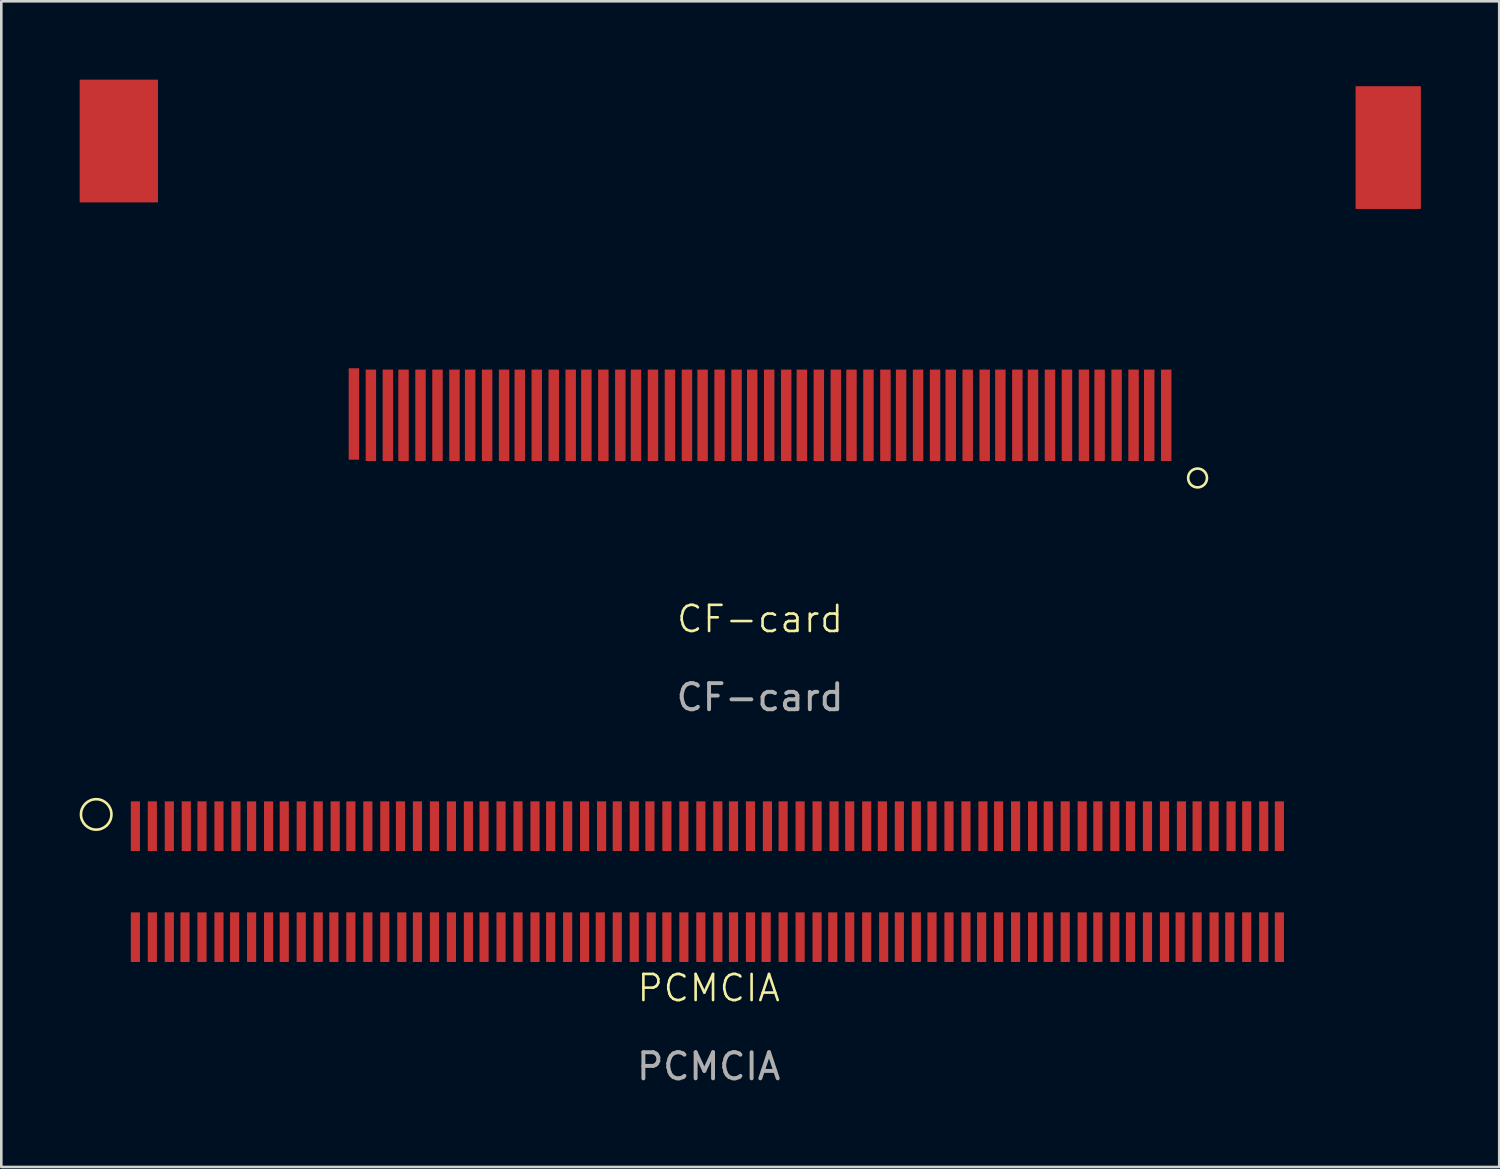
<source format=kicad_pcb>
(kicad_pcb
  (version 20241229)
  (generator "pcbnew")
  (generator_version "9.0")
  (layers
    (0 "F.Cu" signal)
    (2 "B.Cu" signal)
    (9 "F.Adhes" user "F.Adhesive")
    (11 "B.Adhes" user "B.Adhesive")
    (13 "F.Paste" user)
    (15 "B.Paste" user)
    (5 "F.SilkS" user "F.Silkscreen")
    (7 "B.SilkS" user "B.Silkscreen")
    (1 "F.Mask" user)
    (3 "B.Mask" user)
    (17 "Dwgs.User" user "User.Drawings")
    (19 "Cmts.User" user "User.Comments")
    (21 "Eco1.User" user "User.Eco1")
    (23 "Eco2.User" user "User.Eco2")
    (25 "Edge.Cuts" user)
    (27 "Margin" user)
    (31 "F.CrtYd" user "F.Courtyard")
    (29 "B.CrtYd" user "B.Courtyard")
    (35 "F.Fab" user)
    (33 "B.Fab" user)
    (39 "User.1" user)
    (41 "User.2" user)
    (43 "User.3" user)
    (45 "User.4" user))
  (footprint "PCMCIA"
    (layer "F.Cu")
    (at 24.083 30.581)
    (property "Reference" "PCMCIA" (at 0 4.2 0) (unlocked yes) (layer "F.SilkS") (effects (font (size 1 1) (thickness 0.1))))
    (attr smd)
    (fp_circle (center -23.45 -2.45) (end -22.95 -2.15) (stroke (width 0.1) (type default)) (fill no) (layer "F.SilkS"))
    (fp_text user "${REFERENCE}" (at 0 7.2 0) (unlocked yes) (layer "F.Fab") (effects (font (size 1 1) (thickness 0.15))))
    (pad "1" smd rect (at -21.95 -2 90) (size 1.9 0.35) (layers "F.Cu" "F.Mask" "F.Paste"))
    (pad "2" smd rect (at -21.3 -2 90) (size 1.9 0.35) (layers "F.Cu" "F.Mask" "F.Paste"))
    (pad "3" smd rect (at -20.65 -2 90) (size 1.9 0.35) (layers "F.Cu" "F.Mask" "F.Paste"))
    (pad "4" smd rect (at -20 -2 90) (size 1.9 0.35) (layers "F.Cu" "F.Mask" "F.Paste"))
    (pad "5" smd rect (at -19.4 -2 90) (size 1.9 0.35) (layers "F.Cu" "F.Mask" "F.Paste"))
    (pad "6" smd rect (at -18.75 -2 90) (size 1.9 0.35) (layers "F.Cu" "F.Mask" "F.Paste"))
    (pad "7" smd rect (at -18.1 -2 90) (size 1.9 0.35) (layers "F.Cu" "F.Mask" "F.Paste"))
    (pad "8" smd rect (at -17.5 -2 90) (size 1.9 0.35) (layers "F.Cu" "F.Mask" "F.Paste"))
    (pad "9" smd rect (at -16.85 -2 90) (size 1.9 0.35) (layers "F.Cu" "F.Mask" "F.Paste"))
    (pad "10" smd rect (at -16.25 -2 90) (size 1.9 0.35) (layers "F.Cu" "F.Mask" "F.Paste"))
    (pad "11" smd rect (at -15.6 -2 90) (size 1.9 0.35) (layers "F.Cu" "F.Mask" "F.Paste"))
    (pad "12" smd rect (at -14.95 -2 90) (size 1.9 0.35) (layers "F.Cu" "F.Mask" "F.Paste"))
    (pad "13" smd rect (at -14.3 -2 90) (size 1.9 0.35) (layers "F.Cu" "F.Mask" "F.Paste"))
    (pad "14" smd rect (at -13.7 -2 90) (size 1.9 0.35) (layers "F.Cu" "F.Mask" "F.Paste"))
    (pad "15" smd rect (at -13.05 -2 90) (size 1.9 0.35) (layers "F.Cu" "F.Mask" "F.Paste"))
    (pad "16" smd rect (at -12.4 -2 90) (size 1.9 0.35) (layers "F.Cu" "F.Mask" "F.Paste"))
    (pad "17" smd rect (at -11.8 -2 90) (size 1.9 0.35) (layers "F.Cu" "F.Mask" "F.Paste"))
    (pad "18" smd rect (at -11.15 -2 90) (size 1.9 0.35) (layers "F.Cu" "F.Mask" "F.Paste"))
    (pad "19" smd rect (at -10.5 -2 90) (size 1.9 0.35) (layers "F.Cu" "F.Mask" "F.Paste"))
    (pad "20" smd rect (at -9.85 -2 90) (size 1.9 0.35) (layers "F.Cu" "F.Mask" "F.Paste"))
    (pad "21" smd rect (at -9.2 -2 90) (size 1.9 0.35) (layers "F.Cu" "F.Mask" "F.Paste"))
    (pad "22" smd rect (at -8.6 -2 90) (size 1.9 0.35) (layers "F.Cu" "F.Mask" "F.Paste"))
    (pad "23" smd rect (at -7.95 -2 90) (size 1.9 0.35) (layers "F.Cu" "F.Mask" "F.Paste"))
    (pad "24" smd rect (at -7.3 -2 90) (size 1.9 0.35) (layers "F.Cu" "F.Mask" "F.Paste"))
    (pad "25" smd rect (at -6.65 -2 90) (size 1.9 0.35) (layers "F.Cu" "F.Mask" "F.Paste"))
    (pad "26" smd rect (at -6.05 -2 90) (size 1.9 0.35) (layers "F.Cu" "F.Mask" "F.Paste"))
    (pad "27" smd rect (at -5.4 -2 90) (size 1.9 0.35) (layers "F.Cu" "F.Mask" "F.Paste"))
    (pad "28" smd rect (at -4.75 -2 90) (size 1.9 0.35) (layers "F.Cu" "F.Mask" "F.Paste"))
    (pad "29" smd rect (at -4.1 -2 90) (size 1.9 0.35) (layers "F.Cu" "F.Mask" "F.Paste"))
    (pad "30" smd rect (at -3.5 -2 90) (size 1.9 0.35) (layers "F.Cu" "F.Mask" "F.Paste"))
    (pad "31" smd rect (at -2.85 -2 90) (size 1.9 0.35) (layers "F.Cu" "F.Mask" "F.Paste"))
    (pad "32" smd rect (at -2.25 -2 90) (size 1.9 0.35) (layers "F.Cu" "F.Mask" "F.Paste"))
    (pad "33" smd rect (at -1.6 -2 90) (size 1.9 0.35) (layers "F.Cu" "F.Mask" "F.Paste"))
    (pad "34" smd rect (at -0.95 -2 90) (size 1.9 0.35) (layers "F.Cu" "F.Mask" "F.Paste"))
    (pad "35" smd rect (at -0.3 -2 90) (size 1.9 0.35) (layers "F.Cu" "F.Mask" "F.Paste"))
    (pad "36" smd rect (at 0.35 -2 90) (size 1.9 0.35) (layers "F.Cu" "F.Mask" "F.Paste"))
    (pad "37" smd rect (at 0.95 -2 90) (size 1.9 0.35) (layers "F.Cu" "F.Mask" "F.Paste"))
    (pad "38" smd rect (at 1.6 -2 90) (size 1.9 0.35) (layers "F.Cu" "F.Mask" "F.Paste"))
    (pad "39" smd rect (at 2.25 -2 90) (size 1.9 0.35) (layers "F.Cu" "F.Mask" "F.Paste"))
    (pad "40" smd rect (at 2.85 -2 90) (size 1.9 0.35) (layers "F.Cu" "F.Mask" "F.Paste"))
    (pad "41" smd rect (at 3.5 -2 90) (size 1.9 0.35) (layers "F.Cu" "F.Mask" "F.Paste"))
    (pad "42" smd rect (at 4.15 -2 90) (size 1.9 0.35) (layers "F.Cu" "F.Mask" "F.Paste"))
    (pad "43" smd rect (at 4.8 -2 90) (size 1.9 0.35) (layers "F.Cu" "F.Mask" "F.Paste"))
    (pad "44" smd rect (at 5.4 -2 90) (size 1.9 0.35) (layers "F.Cu" "F.Mask" "F.Paste"))
    (pad "45" smd rect (at 6.05 -2 90) (size 1.9 0.35) (layers "F.Cu" "F.Mask" "F.Paste"))
    (pad "46" smd rect (at 6.65 -2 90) (size 1.9 0.35) (layers "F.Cu" "F.Mask" "F.Paste"))
    (pad "47" smd rect (at 7.3 -2 90) (size 1.9 0.35) (layers "F.Cu" "F.Mask" "F.Paste"))
    (pad "48" smd rect (at 7.95 -2 90) (size 1.9 0.35) (layers "F.Cu" "F.Mask" "F.Paste"))
    (pad "49" smd rect (at 8.55 -2 90) (size 1.9 0.35) (layers "F.Cu" "F.Mask" "F.Paste"))
    (pad "50" smd rect (at 9.2 -2 90) (size 1.9 0.35) (layers "F.Cu" "F.Mask" "F.Paste"))
    (pad "51" smd rect (at 9.85 -2 90) (size 1.9 0.35) (layers "F.Cu" "F.Mask" "F.Paste"))
    (pad "52" smd rect (at 10.5 -2 90) (size 1.9 0.35) (layers "F.Cu" "F.Mask" "F.Paste"))
    (pad "53" smd rect (at 11.1 -2 90) (size 1.9 0.35) (layers "F.Cu" "F.Mask" "F.Paste"))
    (pad "54" smd rect (at 11.75 -2 90) (size 1.9 0.35) (layers "F.Cu" "F.Mask" "F.Paste"))
    (pad "55" smd rect (at 12.4 -2 90) (size 1.9 0.35) (layers "F.Cu" "F.Mask" "F.Paste"))
    (pad "56" smd rect (at 13 -2 90) (size 1.9 0.35) (layers "F.Cu" "F.Mask" "F.Paste"))
    (pad "57" smd rect (at 13.65 -2 90) (size 1.9 0.35) (layers "F.Cu" "F.Mask" "F.Paste"))
    (pad "58" smd rect (at 14.3 -2 90) (size 1.9 0.35) (layers "F.Cu" "F.Mask" "F.Paste"))
    (pad "59" smd rect (at 14.9 -2 90) (size 1.9 0.35) (layers "F.Cu" "F.Mask" "F.Paste"))
    (pad "60" smd rect (at 15.55 -2 90) (size 1.9 0.35) (layers "F.Cu" "F.Mask" "F.Paste"))
    (pad "61" smd rect (at 16.15 -2 90) (size 1.9 0.35) (layers "F.Cu" "F.Mask" "F.Paste"))
    (pad "62" smd rect (at 16.8 -2 90) (size 1.9 0.35) (layers "F.Cu" "F.Mask" "F.Paste"))
    (pad "63" smd rect (at 17.45 -2 90) (size 1.9 0.35) (layers "F.Cu" "F.Mask" "F.Paste"))
    (pad "64" smd rect (at 18.1 -2 90) (size 1.9 0.35) (layers "F.Cu" "F.Mask" "F.Paste"))
    (pad "65" smd rect (at 18.7 -2 90) (size 1.9 0.35) (layers "F.Cu" "F.Mask" "F.Paste"))
    (pad "66" smd rect (at 19.35 -2 90) (size 1.9 0.35) (layers "F.Cu" "F.Mask" "F.Paste"))
    (pad "67" smd rect (at 20 -2 90) (size 1.9 0.35) (layers "F.Cu" "F.Mask" "F.Paste"))
    (pad "68" smd rect (at 20.6 -2 90) (size 1.9 0.35) (layers "F.Cu" "F.Mask" "F.Paste"))
    (pad "69" smd rect (at 21.25 -2 90) (size 1.9 0.35) (layers "F.Cu" "F.Mask" "F.Paste"))
    (pad "70" smd rect (at 21.85 -2 90) (size 1.9 0.35) (layers "F.Cu" "F.Mask" "F.Paste"))
    (pad "71" smd rect (at -21.95 2.25 90) (size 1.9 0.35) (layers "F.Cu" "F.Mask" "F.Paste"))
    (pad "72" smd rect (at -21.3 2.25 90) (size 1.9 0.35) (layers "F.Cu" "F.Mask" "F.Paste"))
    (pad "73" smd rect (at -20.65 2.25 90) (size 1.9 0.35) (layers "F.Cu" "F.Mask" "F.Paste"))
    (pad "74" smd rect (at -20.05 2.25 90) (size 1.9 0.35) (layers "F.Cu" "F.Mask" "F.Paste"))
    (pad "75" smd rect (at -19.4 2.25 90) (size 1.9 0.35) (layers "F.Cu" "F.Mask" "F.Paste"))
    (pad "76" smd rect (at -18.75 2.25 90) (size 1.9 0.35) (layers "F.Cu" "F.Mask" "F.Paste"))
    (pad "77" smd rect (at -18.15 2.25 90) (size 1.9 0.35) (layers "F.Cu" "F.Mask" "F.Paste"))
    (pad "78" smd rect (at -17.5 2.25 90) (size 1.9 0.35) (layers "F.Cu" "F.Mask" "F.Paste"))
    (pad "79" smd rect (at -16.85 2.25 90) (size 1.9 0.35) (layers "F.Cu" "F.Mask" "F.Paste"))
    (pad "80" smd rect (at -16.25 2.25 90) (size 1.9 0.35) (layers "F.Cu" "F.Mask" "F.Paste"))
    (pad "81" smd rect (at -15.6 2.25 90) (size 1.9 0.35) (layers "F.Cu" "F.Mask" "F.Paste"))
    (pad "82" smd rect (at -14.95 2.25 90) (size 1.9 0.35) (layers "F.Cu" "F.Mask" "F.Paste"))
    (pad "83" smd rect (at -14.35 2.25 90) (size 1.9 0.35) (layers "F.Cu" "F.Mask" "F.Paste"))
    (pad "84" smd rect (at -13.7 2.25 90) (size 1.9 0.35) (layers "F.Cu" "F.Mask" "F.Paste"))
    (pad "85" smd rect (at -13.05 2.25 90) (size 1.9 0.35) (layers "F.Cu" "F.Mask" "F.Paste"))
    (pad "86" smd rect (at -12.4 2.25 90) (size 1.9 0.35) (layers "F.Cu" "F.Mask" "F.Paste"))
    (pad "87" smd rect (at -11.75 2.25 90) (size 1.9 0.35) (layers "F.Cu" "F.Mask" "F.Paste"))
    (pad "88" smd rect (at -11.15 2.25 90) (size 1.9 0.35) (layers "F.Cu" "F.Mask" "F.Paste"))
    (pad "89" smd rect (at -10.5 2.25 90) (size 1.9 0.35) (layers "F.Cu" "F.Mask" "F.Paste"))
    (pad "90" smd rect (at -9.85 2.25 90) (size 1.9 0.35) (layers "F.Cu" "F.Mask" "F.Paste"))
    (pad "91" smd rect (at -9.2 2.25 90) (size 1.9 0.35) (layers "F.Cu" "F.Mask" "F.Paste"))
    (pad "92" smd rect (at -8.6 2.25 90) (size 1.9 0.35) (layers "F.Cu" "F.Mask" "F.Paste"))
    (pad "93" smd rect (at -7.95 2.25 90) (size 1.9 0.35) (layers "F.Cu" "F.Mask" "F.Paste"))
    (pad "94" smd rect (at -7.3 2.25 90) (size 1.9 0.35) (layers "F.Cu" "F.Mask" "F.Paste"))
    (pad "95" smd rect (at -6.65 2.25 90) (size 1.9 0.35) (layers "F.Cu" "F.Mask" "F.Paste"))
    (pad "96" smd rect (at -6.05 2.25 90) (size 1.9 0.35) (layers "F.Cu" "F.Mask" "F.Paste"))
    (pad "97" smd rect (at -5.4 2.25 90) (size 1.9 0.35) (layers "F.Cu" "F.Mask" "F.Paste"))
    (pad "98" smd rect (at -4.75 2.25 90) (size 1.9 0.35) (layers "F.Cu" "F.Mask" "F.Paste"))
    (pad "99" smd rect (at -4.15 2.25 90) (size 1.9 0.35) (layers "F.Cu" "F.Mask" "F.Paste"))
    (pad "100" smd rect (at -3.5 2.25 90) (size 1.9 0.35) (layers "F.Cu" "F.Mask" "F.Paste"))
    (pad "101" smd rect (at -2.85 2.25 90) (size 1.9 0.35) (layers "F.Cu" "F.Mask" "F.Paste"))
    (pad "102" smd rect (at -2.2 2.25 90) (size 1.9 0.35) (layers "F.Cu" "F.Mask" "F.Paste"))
    (pad "103" smd rect (at -1.6 2.25 90) (size 1.9 0.35) (layers "F.Cu" "F.Mask" "F.Paste"))
    (pad "104" smd rect (at -0.95 2.25 90) (size 1.9 0.35) (layers "F.Cu" "F.Mask" "F.Paste"))
    (pad "105" smd rect (at -0.3 2.25 90) (size 1.9 0.35) (layers "F.Cu" "F.Mask" "F.Paste"))
    (pad "106" smd rect (at 0.35 2.25 90) (size 1.9 0.35) (layers "F.Cu" "F.Mask" "F.Paste"))
    (pad "107" smd rect (at 0.95 2.25 90) (size 1.9 0.35) (layers "F.Cu" "F.Mask" "F.Paste"))
    (pad "108" smd rect (at 1.6 2.25 90) (size 1.9 0.35) (layers "F.Cu" "F.Mask" "F.Paste"))
    (pad "109" smd rect (at 2.2 2.25 90) (size 1.9 0.35) (layers "F.Cu" "F.Mask" "F.Paste"))
    (pad "110" smd rect (at 2.85 2.25 90) (size 1.9 0.35) (layers "F.Cu" "F.Mask" "F.Paste"))
    (pad "111" smd rect (at 3.5 2.25 90) (size 1.9 0.35) (layers "F.Cu" "F.Mask" "F.Paste"))
    (pad "112" smd rect (at 4.15 2.25 90) (size 1.9 0.35) (layers "F.Cu" "F.Mask" "F.Paste"))
    (pad "113" smd rect (at 4.75 2.25 90) (size 1.9 0.35) (layers "F.Cu" "F.Mask" "F.Paste"))
    (pad "114" smd rect (at 5.4 2.25 90) (size 1.9 0.35) (layers "F.Cu" "F.Mask" "F.Paste"))
    (pad "115" smd rect (at 6.05 2.25 90) (size 1.9 0.35) (layers "F.Cu" "F.Mask" "F.Paste"))
    (pad "116" smd rect (at 6.7 2.25 90) (size 1.9 0.35) (layers "F.Cu" "F.Mask" "F.Paste"))
    (pad "117" smd rect (at 7.3 2.25 90) (size 1.9 0.35) (layers "F.Cu" "F.Mask" "F.Paste"))
    (pad "118" smd rect (at 7.95 2.25 90) (size 1.9 0.35) (layers "F.Cu" "F.Mask" "F.Paste"))
    (pad "119" smd rect (at 8.55 2.25 90) (size 1.9 0.35) (layers "F.Cu" "F.Mask" "F.Paste"))
    (pad "120" smd rect (at 9.2 2.25 90) (size 1.9 0.35) (layers "F.Cu" "F.Mask" "F.Paste"))
    (pad "121" smd rect (at 9.85 2.25 90) (size 1.9 0.35) (layers "F.Cu" "F.Mask" "F.Paste"))
    (pad "122" smd rect (at 10.45 2.25 90) (size 1.9 0.35) (layers "F.Cu" "F.Mask" "F.Paste"))
    (pad "123" smd rect (at 11.1 2.25 90) (size 1.9 0.35) (layers "F.Cu" "F.Mask" "F.Paste"))
    (pad "124" smd rect (at 11.75 2.25 90) (size 1.9 0.35) (layers "F.Cu" "F.Mask" "F.Paste"))
    (pad "125" smd rect (at 12.4 2.25 90) (size 1.9 0.35) (layers "F.Cu" "F.Mask" "F.Paste"))
    (pad "126" smd rect (at 13 2.25 90) (size 1.9 0.35) (layers "F.Cu" "F.Mask" "F.Paste"))
    (pad "127" smd rect (at 13.65 2.25 90) (size 1.9 0.35) (layers "F.Cu" "F.Mask" "F.Paste"))
    (pad "128" smd rect (at 14.3 2.25 90) (size 1.9 0.35) (layers "F.Cu" "F.Mask" "F.Paste"))
    (pad "129" smd rect (at 14.9 2.25 90) (size 1.9 0.35) (layers "F.Cu" "F.Mask" "F.Paste"))
    (pad "130" smd rect (at 15.55 2.25 90) (size 1.9 0.35) (layers "F.Cu" "F.Mask" "F.Paste"))
    (pad "131" smd rect (at 16.15 2.25 90) (size 1.9 0.35) (layers "F.Cu" "F.Mask" "F.Paste"))
    (pad "132" smd rect (at 16.8 2.25 90) (size 1.9 0.35) (layers "F.Cu" "F.Mask" "F.Paste"))
    (pad "133" smd rect (at 17.45 2.25 90) (size 1.9 0.35) (layers "F.Cu" "F.Mask" "F.Paste"))
    (pad "134" smd rect (at 18.05 2.25 90) (size 1.9 0.35) (layers "F.Cu" "F.Mask" "F.Paste"))
    (pad "135" smd rect (at 18.7 2.25 90) (size 1.9 0.35) (layers "F.Cu" "F.Mask" "F.Paste"))
    (pad "136" smd rect (at 19.35 2.25 90) (size 1.9 0.35) (layers "F.Cu" "F.Mask" "F.Paste"))
    (pad "137" smd rect (at 19.95 2.25 90) (size 1.9 0.35) (layers "F.Cu" "F.Mask" "F.Paste"))
    (pad "138" smd rect (at 20.6 2.25 90) (size 1.9 0.35) (layers "F.Cu" "F.Mask" "F.Paste"))
    (pad "139" smd rect (at 21.25 2.25 90) (size 1.9 0.35) (layers "F.Cu" "F.Mask" "F.Paste"))
    (pad "140" smd rect (at 21.85 2.25 90) (size 1.9 0.35) (layers "F.Cu" "F.Mask" "F.Paste")))
  (footprint "CF-card"
    (layer "F.Cu")
    (at 24.95 7.65)
    (property "Reference" "CF-card" (at 1.1 13 0) (unlocked yes) (layer "F.SilkS") (effects (font (size 1 1) (thickness 0.1))))
    (attr smd)
    (fp_circle (center 17.85 7.6) (end 18.15 7.4) (stroke (width 0.1) (type default)) (fill no) (layer "F.SilkS"))
    (fp_text user "${REFERENCE}" (at 1.1 16 0) (unlocked yes) (layer "F.Fab") (effects (font (size 1 1) (thickness 0.15))))
    (pad "1" smd rect (at 16.65 5.2 90) (size 3.5 0.4) (layers "F.Cu" "F.Mask" "F.Paste"))
    (pad "2" smd rect (at 16 5.2 90) (size 3.5 0.4) (layers "F.Cu" "F.Mask" "F.Paste"))
    (pad "3" smd rect (at 15.4 5.2 90) (size 3.5 0.4) (layers "F.Cu" "F.Mask" "F.Paste"))
    (pad "4" smd rect (at 14.75 5.2 90) (size 3.5 0.4) (layers "F.Cu" "F.Mask" "F.Paste"))
    (pad "5" smd rect (at 14.1 5.2 90) (size 3.5 0.4) (layers "F.Cu" "F.Mask" "F.Paste"))
    (pad "6" smd rect (at 13.5 5.2 90) (size 3.5 0.4) (layers "F.Cu" "F.Mask" "F.Paste"))
    (pad "7" smd rect (at 12.85 5.2 90) (size 3.5 0.4) (layers "F.Cu" "F.Mask" "F.Paste"))
    (pad "8" smd rect (at 12.2 5.2 90) (size 3.5 0.4) (layers "F.Cu" "F.Mask" "F.Paste"))
    (pad "9" smd rect (at 11.55 5.2 90) (size 3.5 0.4) (layers "F.Cu" "F.Mask" "F.Paste"))
    (pad "10" smd rect (at 10.95 5.2 90) (size 3.5 0.4) (layers "F.Cu" "F.Mask" "F.Paste"))
    (pad "11" smd rect (at 10.3 5.2 90) (size 3.5 0.4) (layers "F.Cu" "F.Mask" "F.Paste"))
    (pad "12" smd rect (at 9.7 5.2 90) (size 3.5 0.4) (layers "F.Cu" "F.Mask" "F.Paste"))
    (pad "13" smd rect (at 9.05 5.2 90) (size 3.5 0.4) (layers "F.Cu" "F.Mask" "F.Paste"))
    (pad "14" smd rect (at 8.4 5.2 90) (size 3.5 0.4) (layers "F.Cu" "F.Mask" "F.Paste"))
    (pad "15" smd rect (at 7.8 5.2 90) (size 3.5 0.4) (layers "F.Cu" "F.Mask" "F.Paste"))
    (pad "16" smd rect (at 7.15 5.2 90) (size 3.5 0.4) (layers "F.Cu" "F.Mask" "F.Paste"))
    (pad "17" smd rect (at 6.5 5.2 90) (size 3.5 0.4) (layers "F.Cu" "F.Mask" "F.Paste"))
    (pad "18" smd rect (at 5.9 5.2 90) (size 3.5 0.4) (layers "F.Cu" "F.Mask" "F.Paste"))
    (pad "19" smd rect (at 5.25 5.2 90) (size 3.5 0.4) (layers "F.Cu" "F.Mask" "F.Paste"))
    (pad "20" smd rect (at 4.6 5.2 90) (size 3.5 0.4) (layers "F.Cu" "F.Mask" "F.Paste"))
    (pad "21" smd rect (at 4 5.2 90) (size 3.5 0.4) (layers "F.Cu" "F.Mask" "F.Paste"))
    (pad "22" smd rect (at 3.35 5.2 90) (size 3.5 0.4) (layers "F.Cu" "F.Mask" "F.Paste"))
    (pad "23" smd rect (at 2.7 5.2 90) (size 3.5 0.4) (layers "F.Cu" "F.Mask" "F.Paste"))
    (pad "24" smd rect (at 2.1 5.2 90) (size 3.5 0.4) (layers "F.Cu" "F.Mask" "F.Paste"))
    (pad "25" smd rect (at 1.45 5.2 90) (size 3.5 0.4) (layers "F.Cu" "F.Mask" "F.Paste"))
    (pad "26" smd rect (at 0.8 5.2 90) (size 3.5 0.4) (layers "F.Cu" "F.Mask" "F.Paste"))
    (pad "27" smd rect (at 0.2 5.2 90) (size 3.5 0.4) (layers "F.Cu" "F.Mask" "F.Paste"))
    (pad "28" smd rect (at -0.45 5.2 90) (size 3.5 0.4) (layers "F.Cu" "F.Mask" "F.Paste"))
    (pad "29" smd rect (at -1.1 5.2 90) (size 3.5 0.4) (layers "F.Cu" "F.Mask" "F.Paste"))
    (pad "30" smd rect (at -1.7 5.2 90) (size 3.5 0.4) (layers "F.Cu" "F.Mask" "F.Paste"))
    (pad "31" smd rect (at -2.35 5.2 90) (size 3.5 0.4) (layers "F.Cu" "F.Mask" "F.Paste"))
    (pad "32" smd rect (at -3 5.2 90) (size 3.5 0.4) (layers "F.Cu" "F.Mask" "F.Paste"))
    (pad "33" smd rect (at -3.65 5.2 90) (size 3.5 0.4) (layers "F.Cu" "F.Mask" "F.Paste"))
    (pad "34" smd rect (at -4.25 5.2 90) (size 3.5 0.4) (layers "F.Cu" "F.Mask" "F.Paste"))
    (pad "35" smd rect (at -4.9 5.2 90) (size 3.5 0.4) (layers "F.Cu" "F.Mask" "F.Paste"))
    (pad "36" smd rect (at -5.55 5.2 90) (size 3.5 0.4) (layers "F.Cu" "F.Mask" "F.Paste"))
    (pad "37" smd rect (at -6.15 5.2 90) (size 3.5 0.4) (layers "F.Cu" "F.Mask" "F.Paste"))
    (pad "38" smd rect (at -6.8 5.2 90) (size 3.5 0.4) (layers "F.Cu" "F.Mask" "F.Paste"))
    (pad "39" smd rect (at -7.45 5.2 90) (size 3.5 0.4) (layers "F.Cu" "F.Mask" "F.Paste"))
    (pad "40" smd rect (at -8.1 5.2 90) (size 3.5 0.4) (layers "F.Cu" "F.Mask" "F.Paste"))
    (pad "41" smd rect (at -8.7 5.2 90) (size 3.5 0.4) (layers "F.Cu" "F.Mask" "F.Paste"))
    (pad "42" smd rect (at -9.35 5.2 90) (size 3.5 0.4) (layers "F.Cu" "F.Mask" "F.Paste"))
    (pad "43" smd rect (at -10 5.2 90) (size 3.5 0.4) (layers "F.Cu" "F.Mask" "F.Paste"))
    (pad "44" smd rect (at -10.6 5.2 90) (size 3.5 0.4) (layers "F.Cu" "F.Mask" "F.Paste"))
    (pad "45" smd rect (at -11.25 5.2 90) (size 3.5 0.4) (layers "F.Cu" "F.Mask" "F.Paste"))
    (pad "46" smd rect (at -11.9 5.2 90) (size 3.5 0.4) (layers "F.Cu" "F.Mask" "F.Paste"))
    (pad "47" smd rect (at -12.55 5.2 90) (size 3.5 0.4) (layers "F.Cu" "F.Mask" "F.Paste"))
    (pad "48" smd rect (at -13.15 5.2 90) (size 3.5 0.4) (layers "F.Cu" "F.Mask" "F.Paste"))
    (pad "49" smd rect (at -13.8 5.2 90) (size 3.5 0.4) (layers "F.Cu" "F.Mask" "F.Paste"))
    (pad "50" smd rect (at -14.45 5.15 90) (size 3.5 0.4) (layers "F.Cu" "F.Mask" "F.Paste"))
    (pad "51" smd rect (at -23.45 -5.3 90) (size 4.7 3) (layers "F.Cu" "F.Mask" "F.Paste"))
    (pad "52" smd rect (at 25.15 -5.05 90) (size 4.7 2.5) (layers "F.Cu" "F.Mask" "F.Paste")))
  (gr_rect
    (start -3 -3)
    (end 54.35 41.63)
    (stroke (width 0.1) (type default))
    (fill no)
    (layer "Edge.Cuts")))
</source>
